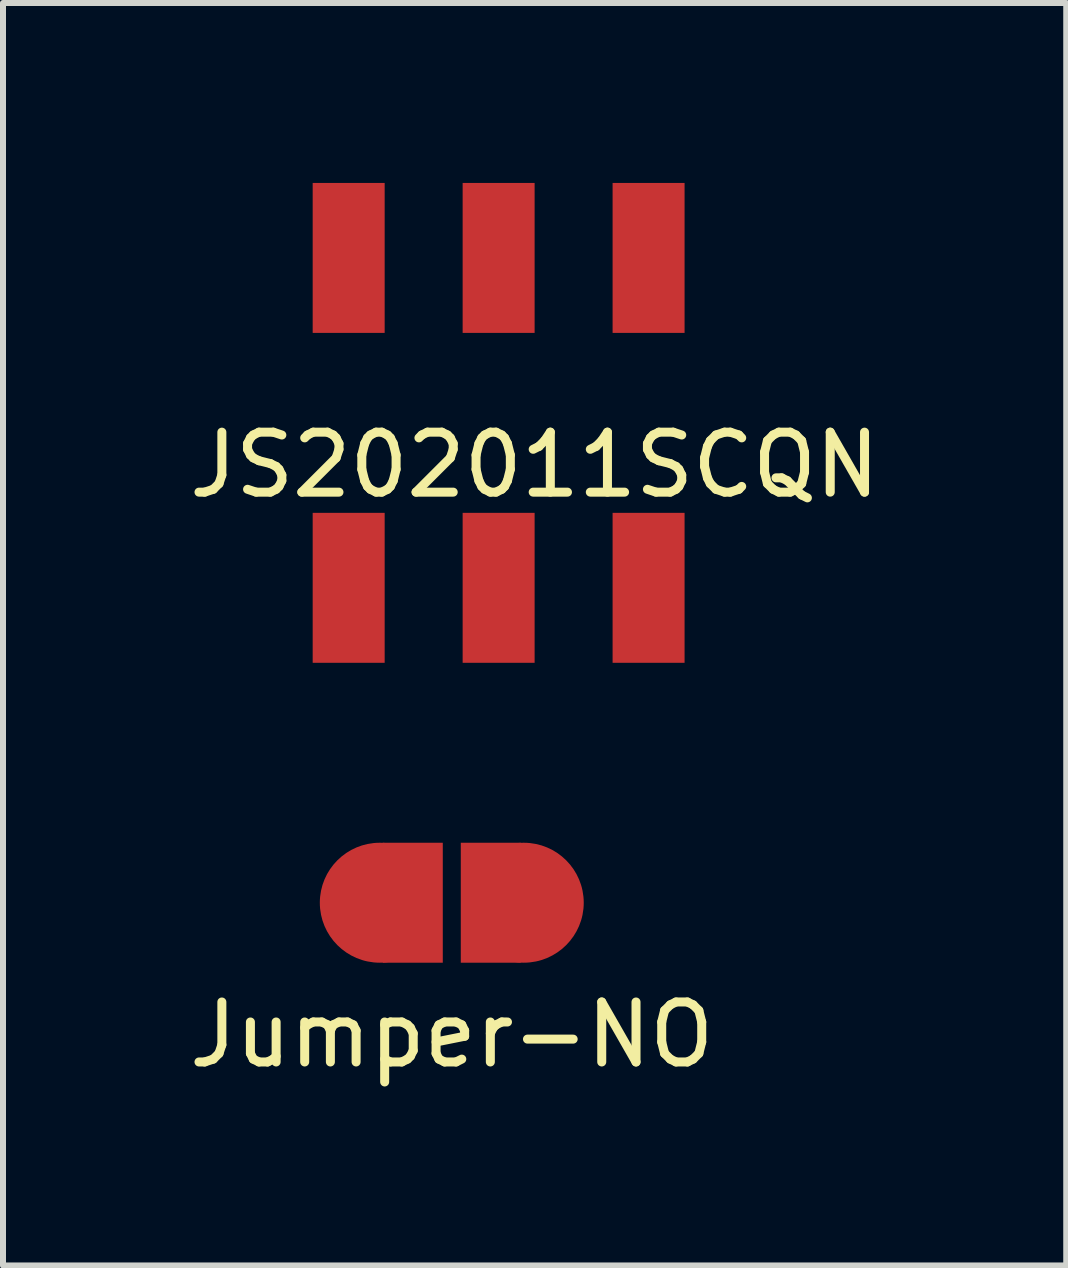
<source format=kicad_pcb>
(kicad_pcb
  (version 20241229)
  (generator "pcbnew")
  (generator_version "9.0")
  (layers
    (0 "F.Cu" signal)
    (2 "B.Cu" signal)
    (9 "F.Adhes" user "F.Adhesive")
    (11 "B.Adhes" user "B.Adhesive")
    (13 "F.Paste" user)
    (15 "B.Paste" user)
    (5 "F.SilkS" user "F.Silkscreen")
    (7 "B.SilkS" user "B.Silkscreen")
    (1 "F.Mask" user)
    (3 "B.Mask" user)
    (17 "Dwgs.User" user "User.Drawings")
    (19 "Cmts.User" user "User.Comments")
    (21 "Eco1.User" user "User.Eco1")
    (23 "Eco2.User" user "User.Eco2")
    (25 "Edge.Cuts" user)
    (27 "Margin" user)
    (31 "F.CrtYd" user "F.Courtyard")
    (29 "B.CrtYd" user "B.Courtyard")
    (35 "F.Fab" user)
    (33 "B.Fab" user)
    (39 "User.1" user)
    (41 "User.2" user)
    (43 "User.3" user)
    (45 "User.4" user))
  (footprint "Jumper-NO"
    (layer "F.Cu")
    (at 4.482 12)
    (property "Reference" "Jumper-NO" (at 0 2.2 0) (layer "F.SilkS") (effects (font (size 1 1) (thickness 0.15))))
    (attr through_hole)
    (pad "1" smd oval (at -1.2 0) (size 2 2) (layers "F.Cu" "F.Mask" "F.Paste"))
    (pad "1" smd rect (at -0.65 0) (size 1 2) (layers "F.Cu" "F.Mask" "F.Paste"))
    (pad "2" smd rect (at 0.65 0) (size 1 2) (layers "F.Cu" "F.Mask" "F.Paste"))
    (pad "2" smd oval (at 1.2 0) (size 2 2) (layers "F.Cu" "F.Mask" "F.Paste")))
  (footprint "JS202011SCQN"
    (layer "F.Cu")
    (at 5.263 4)
    (property "Reference" "JS202011SCQN" (at 0.6 0.7 0) (layer "F.SilkS") (effects (font (size 1 1) (thickness 0.15))))
    (attr through_hole)
    (pad "1" smd rect (at -2.5 -2.75) (size 1.2 2.5) (layers "F.Cu" "F.Mask" "F.Paste"))
    (pad "1" smd rect (at -2.5 2.75) (size 1.2 2.5) (layers "F.Cu" "F.Mask" "F.Paste"))
    (pad "1" smd rect (at 0 -2.75) (size 1.2 2.5) (layers "F.Cu" "F.Mask" "F.Paste"))
    (pad "1" smd rect (at 0 2.75) (size 1.2 2.5) (layers "F.Cu" "F.Mask" "F.Paste"))
    (pad "2" smd rect (at 2.5 -2.75) (size 1.2 2.5) (layers "F.Cu" "F.Mask" "F.Paste"))
    (pad "2" smd rect (at 2.5 2.75) (size 1.2 2.5) (layers "F.Cu" "F.Mask" "F.Paste")))
  (gr_rect
    (start -3 -3)
    (end 14.726 18.048)
    (stroke (width 0.1) (type default))
    (fill no)
    (layer "Edge.Cuts")))
</source>
